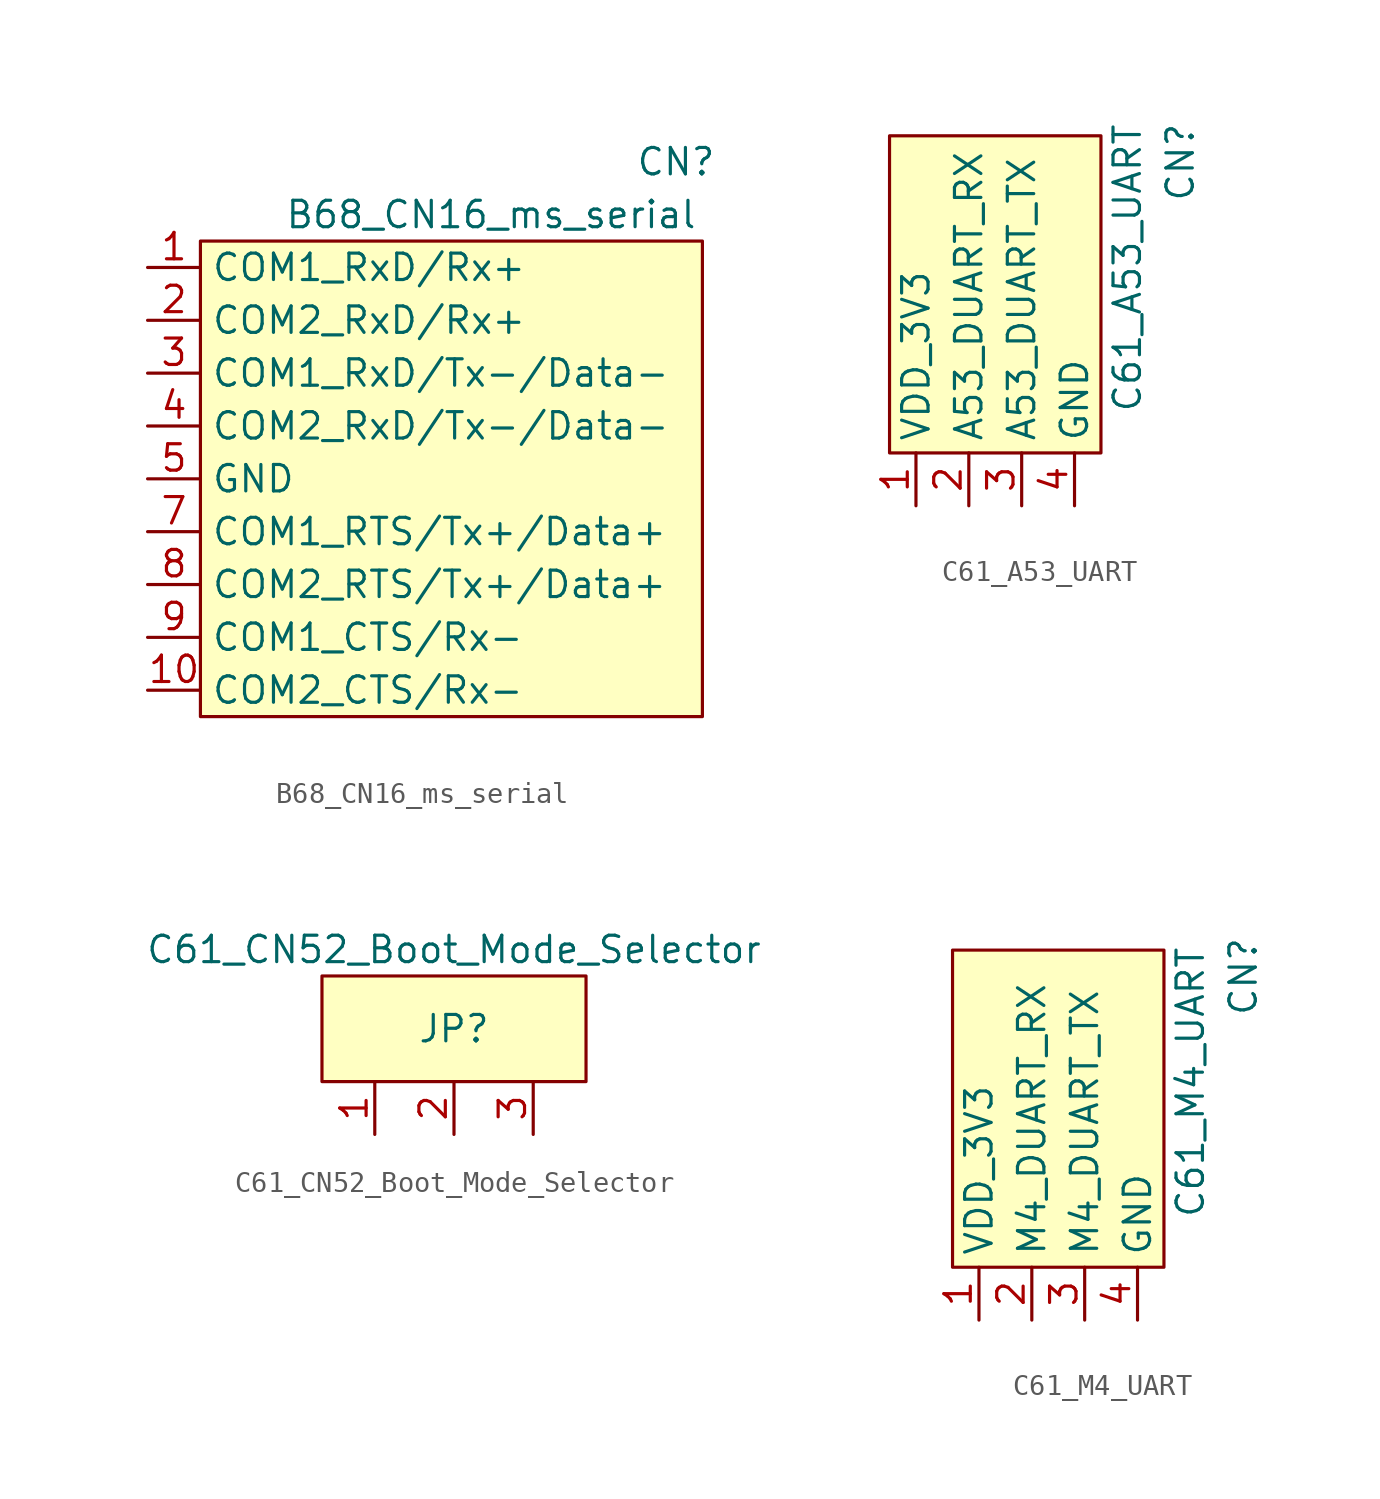
<source format=kicad_sym>
(kicad_symbol_lib
  (version 20211014)
  (generator kicad_symbol_editor)
  (symbol "B68_CN16_ms_serial"
    (property "Reference" "CN"
      (at 11.43 15.24 0)
      (effects (font (size 1.27 1.27))))
    (property "Value" "B68_CN16_ms_serial"
      (at 2.54 12.7 0)
      (effects (font (size 1.27 1.27))))
    (symbol "B68_CN16_ms_serial_0_1"
      (rectangle (start -11.43 11.43) (end 12.7 -11.43) (stroke (width 0) (type default) (color 0 0 0 0)) (fill (type background))))
    (symbol "B68_CN16_ms_serial_1_1"
      (pin bidirectional line (at -13.97 10.16 0) (length 2.54) (name "COM1_RxD/Rx+" (effects (font (size 1.27 1.27)))) (number "1" (effects (font (size 1.27 1.27)))))
      (pin bidirectional line (at -13.97 -10.16 0) (length 2.54) (name "COM2_CTS/Rx-" (effects (font (size 1.27 1.27)))) (number "10" (effects (font (size 1.27 1.27)))))
      (pin bidirectional line (at -13.97 7.62 0) (length 2.54) (name "COM2_RxD/Rx+" (effects (font (size 1.27 1.27)))) (number "2" (effects (font (size 1.27 1.27)))))
      (pin bidirectional line (at -13.97 5.08 0) (length 2.54) (name "COM1_RxD/Tx-/Data-" (effects (font (size 1.27 1.27)))) (number "3" (effects (font (size 1.27 1.27)))))
      (pin bidirectional line (at -13.97 2.54 0) (length 2.54) (name "COM2_RxD/Tx-/Data-" (effects (font (size 1.27 1.27)))) (number "4" (effects (font (size 1.27 1.27)))))
      (pin bidirectional line (at -13.97 0 0) (length 2.54) (name "GND" (effects (font (size 1.27 1.27)))) (number "5" (effects (font (size 1.27 1.27)))))
      (pin bidirectional line (at -13.97 -2.54 0) (length 2.54) (name "COM1_RTS/Tx+/Data+" (effects (font (size 1.27 1.27)))) (number "7" (effects (font (size 1.27 1.27)))))
      (pin bidirectional line (at -13.97 -5.08 0) (length 2.54) (name "COM2_RTS/Tx+/Data+" (effects (font (size 1.27 1.27)))) (number "8" (effects (font (size 1.27 1.27)))))
      (pin bidirectional line (at -13.97 -7.62 0) (length 2.54) (name "COM1_CTS/Rx-" (effects (font (size 1.27 1.27)))) (number "9" (effects (font (size 1.27 1.27)))))))
  (symbol "C61_A53_UART"
    (property "Reference" "CN"
      (at 8.89 11.43 90)
      (effects (font (size 1.27 1.27))))
    (property "Value" "C61_A53_UART"
      (at 6.35 6.35 90)
      (effects (font (size 1.27 1.27))))
    (symbol "C61_A53_UART_0_1"
      (rectangle (start -5.08 12.7) (end 5.08 -2.54) (stroke (width 0) (type default) (color 0 0 0 0)) (fill (type background))))
    (symbol "C61_A53_UART_1_1"
      (pin bidirectional line (at -3.81 -5.08 90) (length 2.54) (name "VDD_3V3" (effects (font (size 1.27 1.27)))) (number "1" (effects (font (size 1.27 1.27)))))
      (pin bidirectional line (at -1.27 -5.08 90) (length 2.54) (name "A53_DUART_RX" (effects (font (size 1.27 1.27)))) (number "2" (effects (font (size 1.27 1.27)))))
      (pin bidirectional line (at 1.27 -5.08 90) (length 2.54) (name "A53_DUART_TX" (effects (font (size 1.27 1.27)))) (number "3" (effects (font (size 1.27 1.27)))))
      (pin bidirectional line (at 3.81 -5.08 90) (length 2.54) (name "GND" (effects (font (size 1.27 1.27)))) (number "4" (effects (font (size 1.27 1.27)))))))
  (symbol "C61_CN52_Boot_Mode_Selector"
    (property "Reference" "JP"
      (at 0 0 0)
      (effects (font (size 1.27 1.27))))
    (property "Value" "C61_CN52_Boot_Mode_Selector"
      (at 0 3.81 0)
      (effects (font (size 1.27 1.27))))
    (symbol "C61_CN52_Boot_Mode_Selector_0_1"
      (rectangle (start -6.35 2.54) (end 6.35 -2.54) (stroke (width 0) (type default) (color 0 0 0 0)) (fill (type background))))
    (symbol "C61_CN52_Boot_Mode_Selector_1_1"
      (pin bidirectional line (at -3.81 -5.08 90) (length 2.54) (name "" (effects (font (size 1.27 1.27)))) (number "1" (effects (font (size 1.27 1.27)))))
      (pin bidirectional line (at 0 -5.08 90) (length 2.54) (name "" (effects (font (size 1.27 1.27)))) (number "2" (effects (font (size 1.27 1.27)))))
      (pin bidirectional line (at 3.81 -5.08 90) (length 2.54) (name "" (effects (font (size 1.27 1.27)))) (number "3" (effects (font (size 1.27 1.27)))))))
  (symbol "C61_M4_UART"
    (property "Reference" "CN"
      (at 8.89 11.43 90)
      (effects (font (size 1.27 1.27))))
    (property "Value" "C61_M4_UART"
      (at 6.35 6.35 90)
      (effects (font (size 1.27 1.27))))
    (symbol "C61_M4_UART_0_1"
      (rectangle (start -5.08 12.7) (end 5.08 -2.54) (stroke (width 0) (type default) (color 0 0 0 0)) (fill (type background))))
    (symbol "C61_M4_UART_1_1"
      (pin bidirectional line (at -3.81 -5.08 90) (length 2.54) (name "VDD_3V3" (effects (font (size 1.27 1.27)))) (number "1" (effects (font (size 1.27 1.27)))))
      (pin bidirectional line (at -1.27 -5.08 90) (length 2.54) (name "M4_DUART_RX" (effects (font (size 1.27 1.27)))) (number "2" (effects (font (size 1.27 1.27)))))
      (pin bidirectional line (at 1.27 -5.08 90) (length 2.54) (name "M4_DUART_TX" (effects (font (size 1.27 1.27)))) (number "3" (effects (font (size 1.27 1.27)))))
      (pin bidirectional line (at 3.81 -5.08 90) (length 2.54) (name "GND" (effects (font (size 1.27 1.27)))) (number "4" (effects (font (size 1.27 1.27))))))))
</source>
